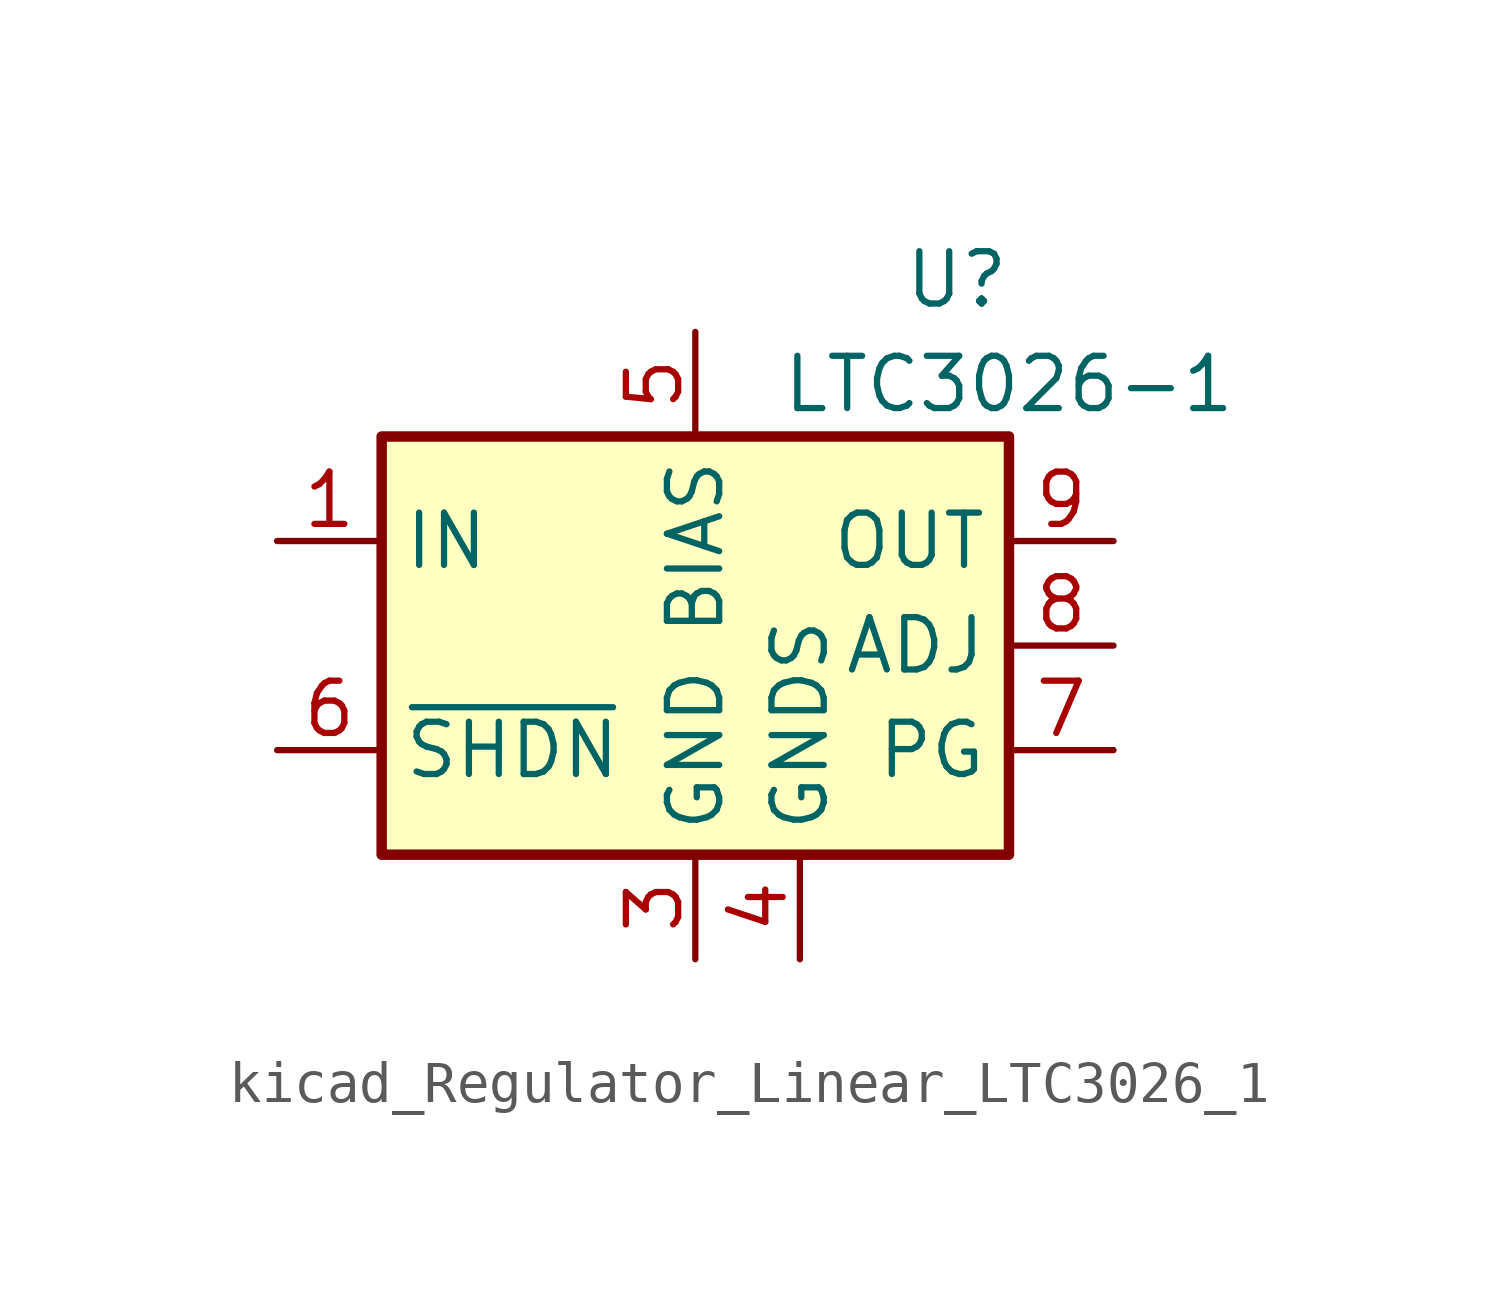
<source format=kicad_sym>
(kicad_symbol_lib
  (version 20220914)
  (generator kicad_symbol_editor)
  (symbol "kicad_Regulator_Linear_LTC3026_1"
    (property "Reference" "U"
      (at 6.35 8.89 0)
      (effects (font (size 1.27 1.27))))
    (property "Value" "LTC3026-1"
      (at 7.62 6.35 0)
      (effects (font (size 1.27 1.27))))
    (symbol "kicad_Regulator_Linear_LTC3026_1_0_1"
      (rectangle (start -7.62 5.08) (end 7.62 -5.08) (stroke (width 0.254) (type default)) (fill (type background))))
    (symbol "kicad_Regulator_Linear_LTC3026_1_1_1"
      (pin power_in line (at -10.16 2.54 0) (length 2.54) (name "IN" (effects (font (size 1.27 1.27)))) (number "1" (effects (font (size 1.27 1.27)))))
      (pin passive line (at 10.16 2.54 180) (length 2.54) hide (name "OUT" (effects (font (size 1.27 1.27)))) (number "10" (effects (font (size 1.27 1.27)))))
      (pin passive line (at 0 -7.62 90) (length 2.54) hide (name "GND" (effects (font (size 1.27 1.27)))) (number "11" (effects (font (size 1.27 1.27)))))
      (pin passive line (at -10.16 2.54 0) (length 2.54) hide (name "IN" (effects (font (size 1.27 1.27)))) (number "2" (effects (font (size 1.27 1.27)))))
      (pin power_in line (at 0 -7.62 90) (length 2.54) (name "GND" (effects (font (size 1.27 1.27)))) (number "3" (effects (font (size 1.27 1.27)))))
      (pin input line (at 2.54 -7.62 90) (length 2.54) (name "GNDS" (effects (font (size 1.27 1.27)))) (number "4" (effects (font (size 1.27 1.27)))))
      (pin power_in line (at 0 7.62 270) (length 2.54) (name "BIAS" (effects (font (size 1.27 1.27)))) (number "5" (effects (font (size 1.27 1.27)))))
      (pin input line (at -10.16 -2.54 0) (length 2.54) (name "~{SHDN}" (effects (font (size 1.27 1.27)))) (number "6" (effects (font (size 1.27 1.27)))))
      (pin open_collector line (at 10.16 -2.54 180) (length 2.54) (name "PG" (effects (font (size 1.27 1.27)))) (number "7" (effects (font (size 1.27 1.27)))))
      (pin input line (at 10.16 0 180) (length 2.54) (name "ADJ" (effects (font (size 1.27 1.27)))) (number "8" (effects (font (size 1.27 1.27)))))
      (pin power_out line (at 10.16 2.54 180) (length 2.54) (name "OUT" (effects (font (size 1.27 1.27)))) (number "9" (effects (font (size 1.27 1.27))))))))
</source>
